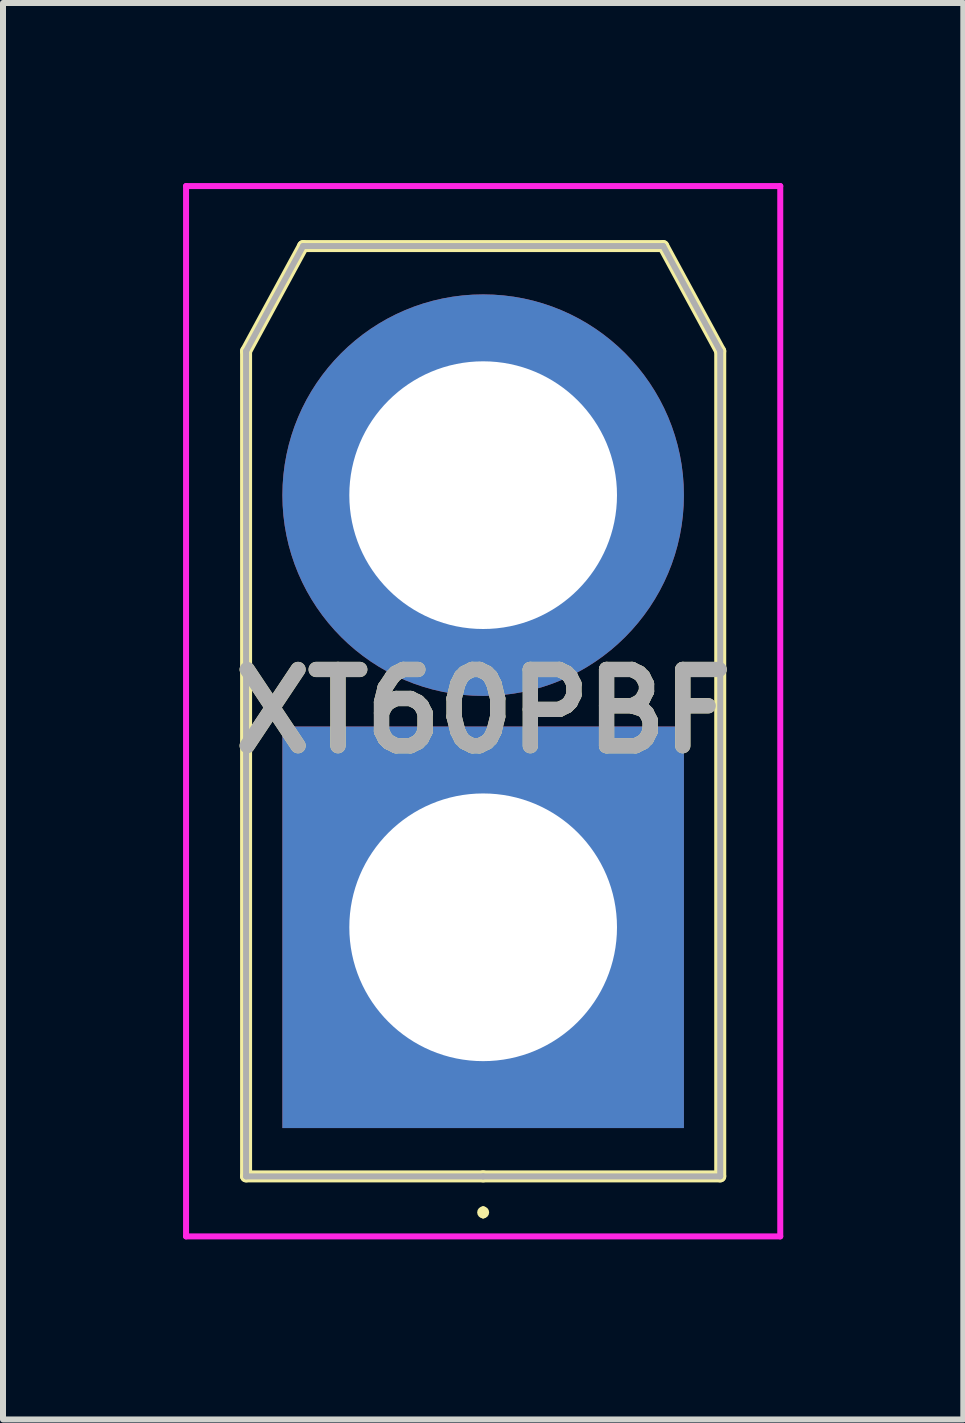
<source format=kicad_pcb>
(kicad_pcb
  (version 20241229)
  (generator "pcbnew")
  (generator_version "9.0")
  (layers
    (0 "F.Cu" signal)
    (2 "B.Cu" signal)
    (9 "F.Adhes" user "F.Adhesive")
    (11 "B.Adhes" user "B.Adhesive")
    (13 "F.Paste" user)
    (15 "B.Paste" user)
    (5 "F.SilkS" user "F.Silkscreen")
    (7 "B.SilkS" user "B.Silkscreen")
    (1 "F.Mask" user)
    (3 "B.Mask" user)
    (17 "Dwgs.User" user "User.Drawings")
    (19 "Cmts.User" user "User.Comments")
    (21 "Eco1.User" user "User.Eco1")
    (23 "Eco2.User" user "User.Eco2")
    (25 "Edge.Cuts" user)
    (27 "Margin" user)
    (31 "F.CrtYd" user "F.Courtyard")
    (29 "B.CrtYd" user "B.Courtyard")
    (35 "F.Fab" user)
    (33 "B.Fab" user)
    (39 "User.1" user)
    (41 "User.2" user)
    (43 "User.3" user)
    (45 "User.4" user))
  (footprint "XT60PBF"
    (layer "F.Cu")
    (at 5 12.4)
    (property "Reference" "XT60PBF" (at 0 -3.6 0) (layer "F.SilkS") (effects (font (size 1.27 1.27) (thickness 0.254))))
    (attr through_hole)
    (fp_line (start -3.95 -9.6) (end -3.95 4.15) (stroke (width 0.2) (type solid)) (layer "F.SilkS"))
    (fp_line (start -3.95 4.15) (end 0 4.15) (stroke (width 0.2) (type solid)) (layer "F.SilkS"))
    (fp_line (start -3 -11.35) (end -3.95 -9.6) (stroke (width 0.2) (type solid)) (layer "F.SilkS"))
    (fp_line (start 0 4.15) (end 3.95 4.15) (stroke (width 0.2) (type solid)) (layer "F.SilkS"))
    (fp_line (start 0 4.7) (end 0 4.7) (stroke (width 0.1) (type solid)) (layer "F.SilkS"))
    (fp_line (start 0 4.8) (end 0 4.8) (stroke (width 0.1) (type solid)) (layer "F.SilkS"))
    (fp_line (start 3 -11.35) (end -3 -11.35) (stroke (width 0.2) (type solid)) (layer "F.SilkS"))
    (fp_line (start 3.95 -9.6) (end 3 -11.35) (stroke (width 0.2) (type solid)) (layer "F.SilkS"))
    (fp_line (start 3.95 4.15) (end 3.95 -9.6) (stroke (width 0.2) (type solid)) (layer "F.SilkS"))
    (fp_arc (start 0 4.7) (mid 0.05 4.75) (end 0 4.8) (stroke (width 0.1) (type solid)) (layer "F.SilkS"))
    (fp_arc (start 0 4.8) (mid -0.05 4.75) (end 0 4.7) (stroke (width 0.1) (type solid)) (layer "F.SilkS"))
    (fp_line (start -4.95 -12.35) (end 4.95 -12.35) (stroke (width 0.1) (type solid)) (layer "F.CrtYd"))
    (fp_line (start -4.95 5.15) (end -4.95 -12.35) (stroke (width 0.1) (type solid)) (layer "F.CrtYd"))
    (fp_line (start 4.95 -12.35) (end 4.95 5.15) (stroke (width 0.1) (type solid)) (layer "F.CrtYd"))
    (fp_line (start 4.95 5.15) (end -4.95 5.15) (stroke (width 0.1) (type solid)) (layer "F.CrtYd"))
    (fp_line (start -3.95 -9.6) (end -3.95 4.15) (stroke (width 0.1) (type solid)) (layer "F.Fab"))
    (fp_line (start -3.95 4.15) (end 0 4.15) (stroke (width 0.1) (type solid)) (layer "F.Fab"))
    (fp_line (start -3 -11.35) (end -3.95 -9.6) (stroke (width 0.1) (type solid)) (layer "F.Fab"))
    (fp_line (start 0 4.15) (end 3.95 4.15) (stroke (width 0.1) (type solid)) (layer "F.Fab"))
    (fp_line (start 3 -11.35) (end -3 -11.35) (stroke (width 0.1) (type solid)) (layer "F.Fab"))
    (fp_line (start 3.95 -9.6) (end 3 -11.35) (stroke (width 0.1) (type solid)) (layer "F.Fab"))
    (fp_line (start 3.95 4.15) (end 3.95 -9.6) (stroke (width 0.1) (type solid)) (layer "F.Fab"))
    (fp_text user "${REFERENCE}" (at 0 -3.6 0) (layer "F.Fab") (effects (font (size 1.27 1.27) (thickness 0.254))))
    (pad "1" thru_hole rect (at 0 0) (size 6.69 6.69) (drill 4.46) (layers "*.Cu" "*.Mask"))
    (pad "2" thru_hole circle (at 0 -7.2) (size 6.69 6.69) (drill 4.46) (layers "*.Cu" "*.Mask")))
  (gr_rect
    (start -3 -3)
    (end 13 20.6)
    (stroke (width 0.1) (type default))
    (fill no)
    (layer "Edge.Cuts")))
</source>
